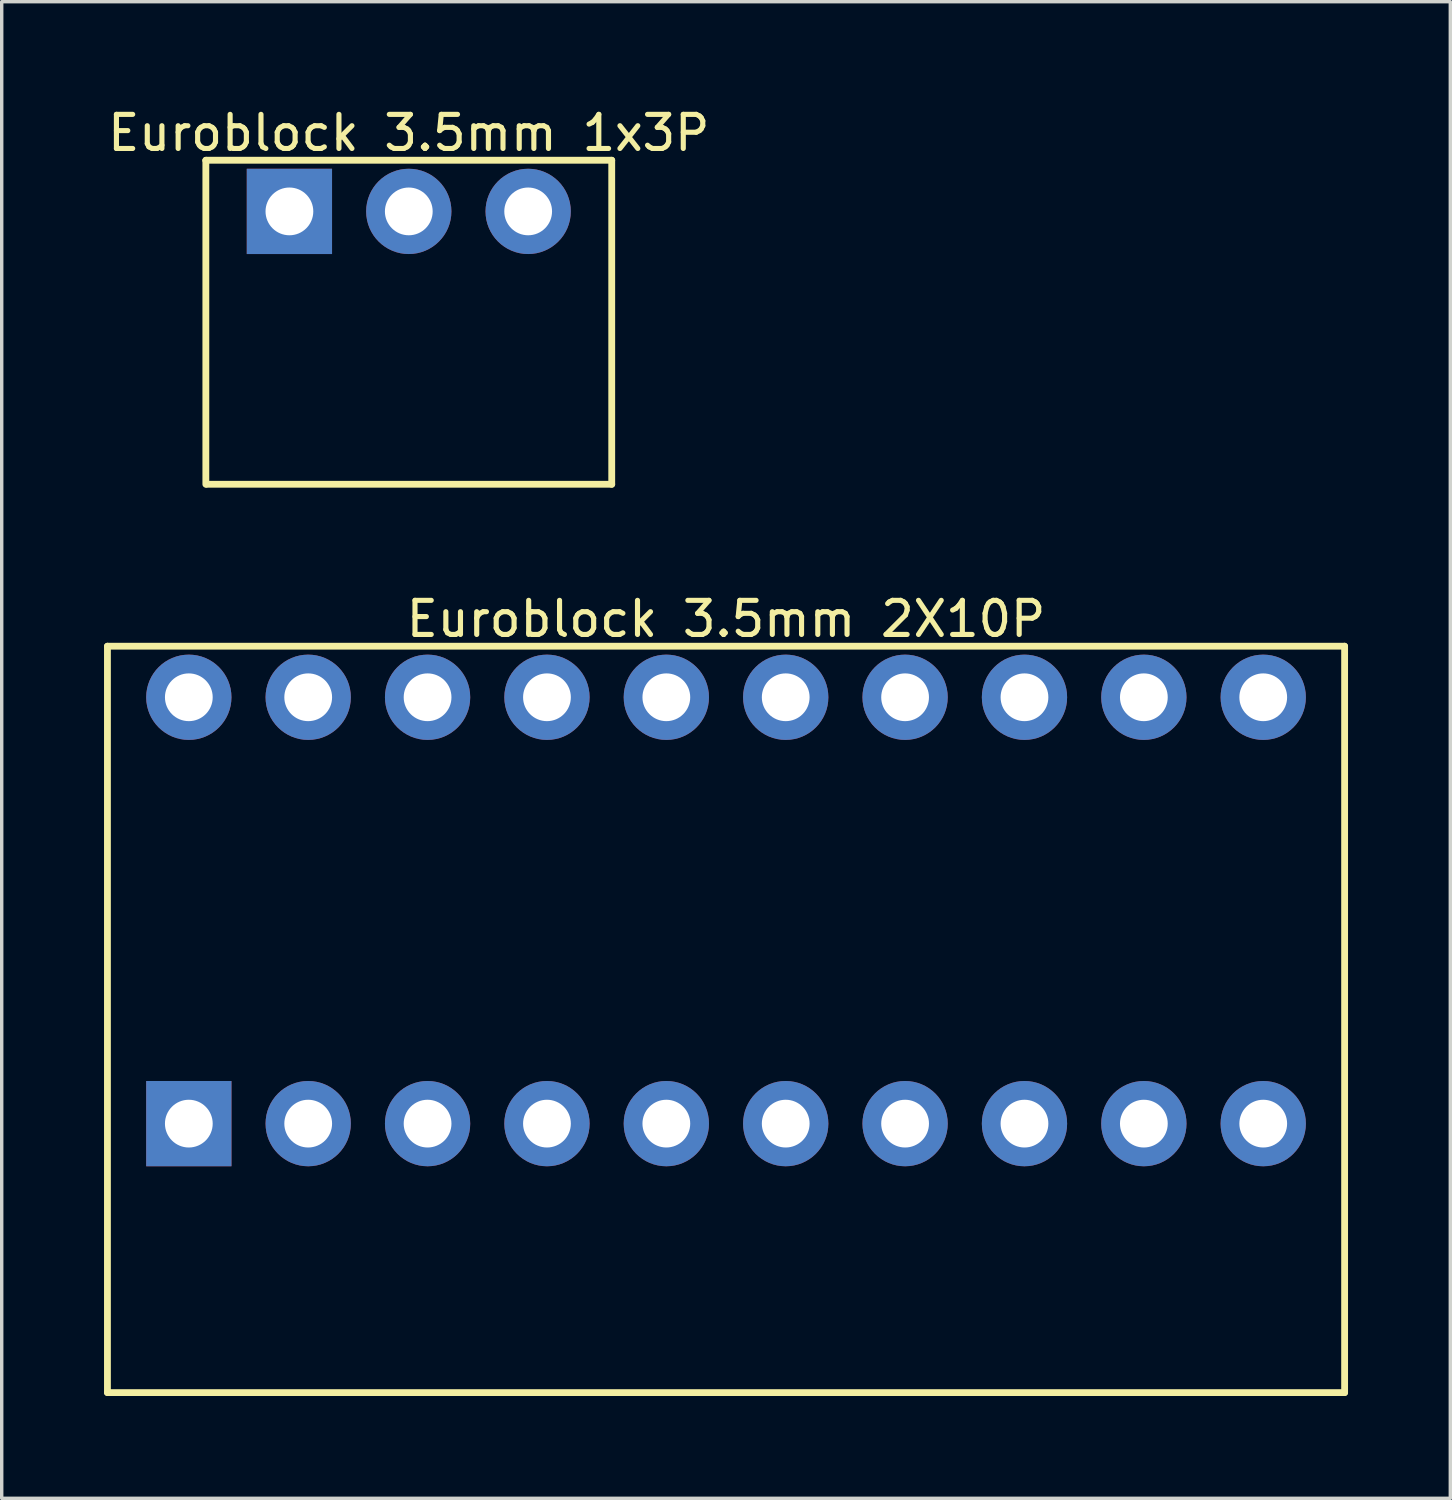
<source format=kicad_pcb>
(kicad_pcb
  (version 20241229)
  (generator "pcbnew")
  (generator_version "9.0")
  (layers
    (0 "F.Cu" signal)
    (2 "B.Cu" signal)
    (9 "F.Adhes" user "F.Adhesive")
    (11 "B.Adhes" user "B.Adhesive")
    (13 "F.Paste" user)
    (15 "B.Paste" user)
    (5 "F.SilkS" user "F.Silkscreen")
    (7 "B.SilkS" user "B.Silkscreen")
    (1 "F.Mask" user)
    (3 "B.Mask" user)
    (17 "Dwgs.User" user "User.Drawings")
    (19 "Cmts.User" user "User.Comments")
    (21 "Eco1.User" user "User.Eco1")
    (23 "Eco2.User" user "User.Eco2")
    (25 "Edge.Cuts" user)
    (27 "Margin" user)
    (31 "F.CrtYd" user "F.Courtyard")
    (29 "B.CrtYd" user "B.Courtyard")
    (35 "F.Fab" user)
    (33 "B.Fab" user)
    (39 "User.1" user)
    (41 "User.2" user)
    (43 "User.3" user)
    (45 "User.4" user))
  (footprint "Euroblock 3.5mm 1x3P"
    (layer "F.Cu")
    (at 8.935 3.148)
    (property "Reference" "Euroblock 3.5mm 1x3P" (at 0 -2.3 0) (layer "F.SilkS") (effects (font (size 1 1) (thickness 0.15))))
    (fp_line (start -5.95 -1.495) (end -5.945 -1.5) (stroke (width 0.2) (type solid)) (layer "F.SilkS"))
    (fp_line (start -5.95 8) (end -5.95 -1.495) (stroke (width 0.2) (type solid)) (layer "F.SilkS"))
    (fp_line (start -5.945 -1.5) (end 5.95 -1.5) (stroke (width 0.2) (type solid)) (layer "F.SilkS"))
    (fp_line (start -5.921 8) (end 5.95 8) (stroke (width 0.2) (type solid)) (layer "F.SilkS"))
    (fp_line (start 5.95 8) (end 5.95 -1.5) (stroke (width 0.2) (type solid)) (layer "F.SilkS"))
    (pad "1" thru_hole rect (at -3.5 0 180) (size 2.5 2.5) (drill 1.4) (layers "*.Cu" "*.Mask"))
    (pad "2" thru_hole circle (at 0 0 180) (size 2.5 2.5) (drill 1.4) (layers "*.Cu" "*.Mask"))
    (pad "3" thru_hole circle (at 3.5 0 180) (size 2.5 2.5) (drill 1.4) (layers "*.Cu" "*.Mask")))
  (footprint "Euroblock 3.5mm 2X10P"
    (layer "F.Cu")
    (at 18.236 23.643)
    (property "Reference" "Euroblock 3.5mm 2X10P" (at -0.000005 -8.547 0) (layer "F.SilkS") (effects (font (size 1 1) (thickness 0.15))))
    (fp_line (start -18.136 -7.747) (end 18.136 -7.747) (stroke (width 0.2) (type solid)) (layer "F.SilkS"))
    (fp_line (start -18.136 14.136) (end -18.136 -7.747) (stroke (width 0.2) (type solid)) (layer "F.SilkS"))
    (fp_line (start -18.136 14.136) (end 18.136 14.136) (stroke (width 0.2) (type solid)) (layer "F.SilkS"))
    (fp_line (start 18.136 14.136) (end 18.136 -7.747) (stroke (width 0.2) (type solid)) (layer "F.SilkS"))
    (pad "1" thru_hole rect (at -15.75 6.25) (size 2.5 2.5) (drill 1.4) (layers "*.Cu" "*.Mask"))
    (pad "2" thru_hole circle (at -15.75 -6.25) (size 2.5 2.5) (drill 1.4) (layers "*.Cu" "*.Mask"))
    (pad "3" thru_hole circle (at -12.25 6.25) (size 2.5 2.5) (drill 1.4) (layers "*.Cu" "*.Mask"))
    (pad "4" thru_hole circle (at -12.25 -6.25) (size 2.5 2.5) (drill 1.4) (layers "*.Cu" "*.Mask"))
    (pad "5" thru_hole circle (at -8.75 6.25) (size 2.5 2.5) (drill 1.4) (layers "*.Cu" "*.Mask"))
    (pad "6" thru_hole circle (at -8.75 -6.25) (size 2.5 2.5) (drill 1.4) (layers "*.Cu" "*.Mask"))
    (pad "7" thru_hole circle (at -5.25 6.25) (size 2.5 2.5) (drill 1.4) (layers "*.Cu" "*.Mask"))
    (pad "8" thru_hole circle (at -5.25 -6.25) (size 2.5 2.5) (drill 1.4) (layers "*.Cu" "*.Mask"))
    (pad "9" thru_hole circle (at -1.75 6.25) (size 2.5 2.5) (drill 1.4) (layers "*.Cu" "*.Mask"))
    (pad "10" thru_hole circle (at -1.75 -6.25) (size 2.5 2.5) (drill 1.4) (layers "*.Cu" "*.Mask"))
    (pad "11" thru_hole circle (at 1.75 6.25) (size 2.5 2.5) (drill 1.4) (layers "*.Cu" "*.Mask"))
    (pad "12" thru_hole circle (at 1.75 -6.25) (size 2.5 2.5) (drill 1.4) (layers "*.Cu" "*.Mask"))
    (pad "13" thru_hole circle (at 5.25 6.25) (size 2.5 2.5) (drill 1.4) (layers "*.Cu" "*.Mask"))
    (pad "14" thru_hole circle (at 5.25 -6.25) (size 2.5 2.5) (drill 1.4) (layers "*.Cu" "*.Mask"))
    (pad "15" thru_hole circle (at 8.75 6.25) (size 2.5 2.5) (drill 1.4) (layers "*.Cu" "*.Mask"))
    (pad "16" thru_hole circle (at 8.75 -6.25) (size 2.5 2.5) (drill 1.4) (layers "*.Cu" "*.Mask"))
    (pad "17" thru_hole circle (at 12.25 6.25) (size 2.5 2.5) (drill 1.4) (layers "*.Cu" "*.Mask"))
    (pad "18" thru_hole circle (at 12.25 -6.25) (size 2.5 2.5) (drill 1.4) (layers "*.Cu" "*.Mask"))
    (pad "19" thru_hole circle (at 15.75 6.25) (size 2.5 2.5) (drill 1.4) (layers "*.Cu" "*.Mask"))
    (pad "20" thru_hole circle (at 15.75 -6.25) (size 2.5 2.5) (drill 1.4) (layers "*.Cu" "*.Mask")))
  (gr_rect
    (start -3 -3)
    (end 39.471 40.879)
    (stroke (width 0.1) (type default))
    (fill no)
    (layer "Edge.Cuts")))
</source>
